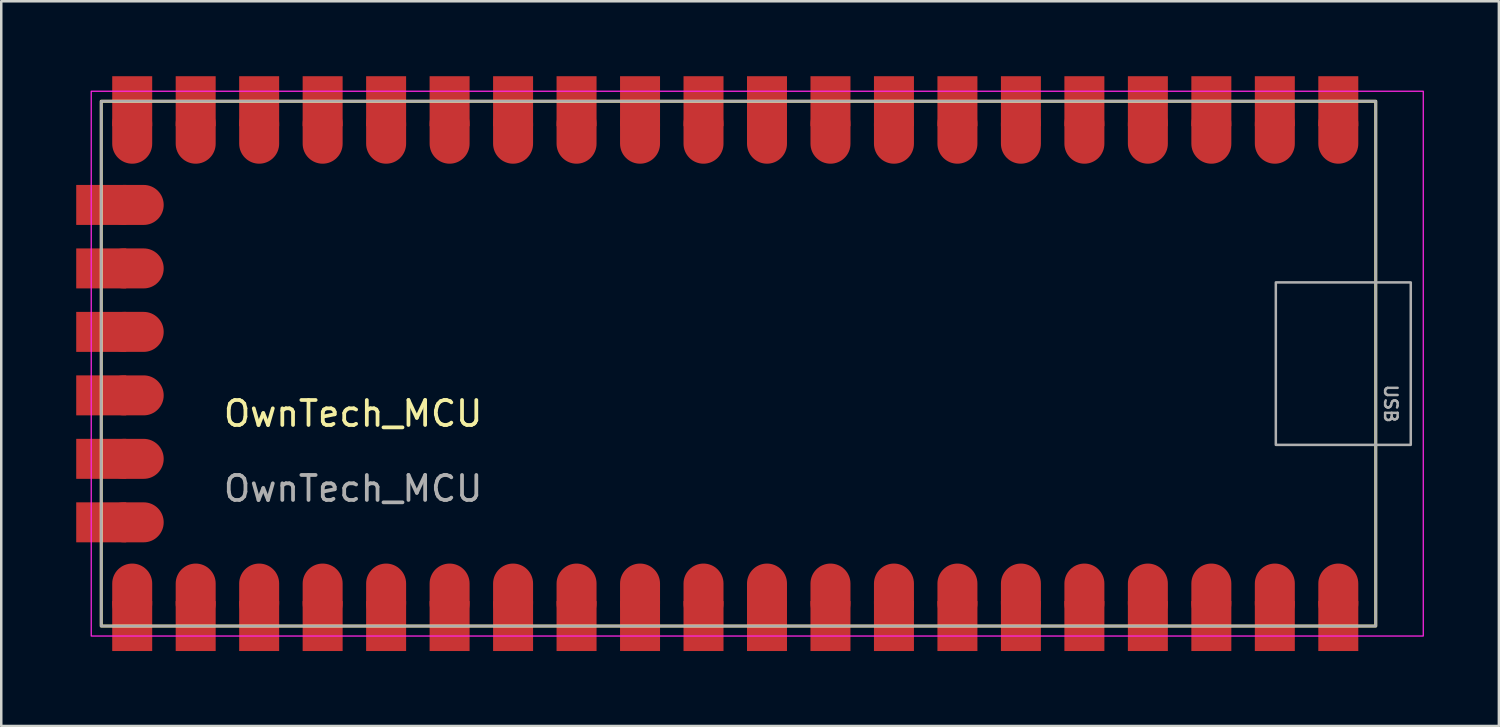
<source format=kicad_pcb>
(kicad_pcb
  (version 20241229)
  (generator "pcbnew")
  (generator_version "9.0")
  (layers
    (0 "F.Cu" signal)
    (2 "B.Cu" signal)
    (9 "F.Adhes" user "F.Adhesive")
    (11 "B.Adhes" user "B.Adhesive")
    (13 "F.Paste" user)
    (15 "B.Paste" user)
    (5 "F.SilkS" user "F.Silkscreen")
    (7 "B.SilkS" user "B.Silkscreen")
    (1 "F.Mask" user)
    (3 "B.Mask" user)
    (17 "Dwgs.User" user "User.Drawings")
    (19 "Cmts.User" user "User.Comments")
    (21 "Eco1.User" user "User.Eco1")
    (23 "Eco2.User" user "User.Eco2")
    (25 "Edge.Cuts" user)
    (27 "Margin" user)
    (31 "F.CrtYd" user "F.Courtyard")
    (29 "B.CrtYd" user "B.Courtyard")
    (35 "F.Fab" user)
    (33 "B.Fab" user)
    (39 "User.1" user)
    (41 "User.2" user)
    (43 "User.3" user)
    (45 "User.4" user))
  (footprint "OwnTech_MCU"
    (layer "F.Cu")
    (at 1 1)
    (property "Reference" "OwnTech_MCU" (at 10.08 12.5 0) (unlocked yes) (layer "F.SilkS") (effects (font (size 1 1) (thickness 0.15))))
    (attr smd)
    (fp_rect (start 0 0) (end 51 21) (stroke (width 0.12) (type solid)) (fill no) (layer "F.SilkS"))
    (fp_rect (start -0.4 -0.4) (end 52.9 21.4) (stroke (width 0.05) (type solid)) (fill no) (layer "F.CrtYd"))
    (fp_rect (start 0 0) (end 51 21) (stroke (width 0.1) (type solid)) (fill no) (layer "F.Fab"))
    (fp_rect (start 47 7.25) (end 52.4 13.75) (stroke (width 0.1) (type solid)) (fill no) (layer "F.Fab"))
    (fp_text user "${REFERENCE}" (at 10.08 15.5 0) (unlocked yes) (layer "F.Fab") (effects (font (size 1 1) (thickness 0.15))))
    (fp_text user "USB" (at 51.6 12.1 270) (unlocked yes) (layer "F.Fab") (effects (font (size 0.5 0.5) (thickness 0.1))))
    (pad "1" smd rect (at 49.5 0) (size 1.6 2) (layers "F.Cu" "F.Mask" "F.Paste"))
    (pad "1" smd oval (at 49.5 1.7) (size 1.6 2.4) (drill (offset 0 -0.4)) (layers "F.Cu" "F.Mask" "F.Paste"))
    (pad "2" smd rect (at 46.96 0) (size 1.6 2) (layers "F.Cu" "F.Mask" "F.Paste"))
    (pad "2" smd oval (at 46.96 1.7) (size 1.6 2.4) (drill (offset 0 -0.4)) (layers "F.Cu" "F.Mask" "F.Paste"))
    (pad "3" smd rect (at 44.42 0) (size 1.6 2) (layers "F.Cu" "F.Mask" "F.Paste"))
    (pad "3" smd oval (at 44.42 1.7) (size 1.6 2.4) (drill (offset 0 -0.4)) (layers "F.Cu" "F.Mask" "F.Paste"))
    (pad "4" smd rect (at 41.88 0) (size 1.6 2) (layers "F.Cu" "F.Mask" "F.Paste"))
    (pad "4" smd oval (at 41.88 1.7) (size 1.6 2.4) (drill (offset 0 -0.4)) (layers "F.Cu" "F.Mask" "F.Paste"))
    (pad "5" smd rect (at 39.34 0) (size 1.6 2) (layers "F.Cu" "F.Mask" "F.Paste"))
    (pad "5" smd oval (at 39.34 1.7) (size 1.6 2.4) (drill (offset 0 -0.4)) (layers "F.Cu" "F.Mask" "F.Paste"))
    (pad "6" smd rect (at 36.8 0) (size 1.6 2) (layers "F.Cu" "F.Mask" "F.Paste"))
    (pad "6" smd oval (at 36.8 1.7) (size 1.6 2.4) (drill (offset 0 -0.4)) (layers "F.Cu" "F.Mask" "F.Paste"))
    (pad "7" smd rect (at 34.26 0) (size 1.6 2) (layers "F.Cu" "F.Mask" "F.Paste"))
    (pad "7" smd oval (at 34.26 1.7) (size 1.6 2.4) (drill (offset 0 -0.4)) (layers "F.Cu" "F.Mask" "F.Paste"))
    (pad "8" smd rect (at 31.72 0) (size 1.6 2) (layers "F.Cu" "F.Mask" "F.Paste"))
    (pad "8" smd oval (at 31.72 1.7) (size 1.6 2.4) (drill (offset 0 -0.4)) (layers "F.Cu" "F.Mask" "F.Paste"))
    (pad "9" smd rect (at 29.18 0) (size 1.6 2) (layers "F.Cu" "F.Mask" "F.Paste"))
    (pad "9" smd oval (at 29.18 1.7) (size 1.6 2.4) (drill (offset 0 -0.4)) (layers "F.Cu" "F.Mask" "F.Paste"))
    (pad "10" smd rect (at 26.64 0) (size 1.6 2) (layers "F.Cu" "F.Mask" "F.Paste"))
    (pad "10" smd oval (at 26.64 1.7) (size 1.6 2.4) (drill (offset 0 -0.4)) (layers "F.Cu" "F.Mask" "F.Paste"))
    (pad "11" smd rect (at 24.1 0) (size 1.6 2) (layers "F.Cu" "F.Mask" "F.Paste"))
    (pad "11" smd oval (at 24.1 1.7) (size 1.6 2.4) (drill (offset 0 -0.4)) (layers "F.Cu" "F.Mask" "F.Paste"))
    (pad "12" smd rect (at 21.56 0) (size 1.6 2) (layers "F.Cu" "F.Mask" "F.Paste"))
    (pad "12" smd oval (at 21.56 1.7) (size 1.6 2.4) (drill (offset 0 -0.4)) (layers "F.Cu" "F.Mask" "F.Paste"))
    (pad "13" smd rect (at 19.02 0) (size 1.6 2) (layers "F.Cu" "F.Mask" "F.Paste"))
    (pad "13" smd oval (at 19.02 1.7) (size 1.6 2.4) (drill (offset 0 -0.4)) (layers "F.Cu" "F.Mask" "F.Paste"))
    (pad "14" smd rect (at 16.48 0) (size 1.6 2) (layers "F.Cu" "F.Mask" "F.Paste"))
    (pad "14" smd oval (at 16.48 1.7) (size 1.6 2.4) (drill (offset 0 -0.4)) (layers "F.Cu" "F.Mask" "F.Paste"))
    (pad "15" smd rect (at 13.94 0) (size 1.6 2) (layers "F.Cu" "F.Mask" "F.Paste"))
    (pad "15" smd oval (at 13.94 1.7) (size 1.6 2.4) (drill (offset 0 -0.4)) (layers "F.Cu" "F.Mask" "F.Paste"))
    (pad "16" smd rect (at 11.4 0) (size 1.6 2) (layers "F.Cu" "F.Mask" "F.Paste"))
    (pad "16" smd oval (at 11.4 1.7) (size 1.6 2.4) (drill (offset 0 -0.4)) (layers "F.Cu" "F.Mask" "F.Paste"))
    (pad "17" smd rect (at 8.86 0) (size 1.6 2) (layers "F.Cu" "F.Mask" "F.Paste"))
    (pad "17" smd oval (at 8.86 1.7) (size 1.6 2.4) (drill (offset 0 -0.4)) (layers "F.Cu" "F.Mask" "F.Paste"))
    (pad "18" smd rect (at 6.32 0) (size 1.6 2) (layers "F.Cu" "F.Mask" "F.Paste"))
    (pad "18" smd oval (at 6.32 1.7) (size 1.6 2.4) (drill (offset 0 -0.4)) (layers "F.Cu" "F.Mask" "F.Paste"))
    (pad "19" smd rect (at 3.78 0) (size 1.6 2) (layers "F.Cu" "F.Mask" "F.Paste"))
    (pad "19" smd oval (at 3.78 1.7) (size 1.6 2.4) (drill (offset 0 -0.4)) (layers "F.Cu" "F.Mask" "F.Paste"))
    (pad "20" smd rect (at 1.24 0) (size 1.6 2) (layers "F.Cu" "F.Mask" "F.Paste"))
    (pad "20" smd oval (at 1.24 1.7) (size 1.6 2.4) (drill (offset 0 -0.4)) (layers "F.Cu" "F.Mask" "F.Paste"))
    (pad "21" smd rect (at 0 4.15 90) (size 1.6 2) (layers "F.Cu" "F.Mask" "F.Paste"))
    (pad "21" smd oval (at 1.7 4.15 90) (size 1.6 2.4) (drill (offset 0 -0.4)) (layers "F.Cu" "F.Mask" "F.Paste"))
    (pad "22" smd rect (at 0 6.69 90) (size 1.6 2) (layers "F.Cu" "F.Mask" "F.Paste"))
    (pad "22" smd oval (at 1.7 6.69 90) (size 1.6 2.4) (drill (offset 0 -0.4)) (layers "F.Cu" "F.Mask" "F.Paste"))
    (pad "23" smd rect (at 0 9.23 90) (size 1.6 2) (layers "F.Cu" "F.Mask" "F.Paste"))
    (pad "23" smd oval (at 1.7 9.23 90) (size 1.6 2.4) (drill (offset 0 -0.4)) (layers "F.Cu" "F.Mask" "F.Paste"))
    (pad "24" smd rect (at 0 11.77 90) (size 1.6 2) (layers "F.Cu" "F.Mask" "F.Paste"))
    (pad "24" smd oval (at 1.7 11.77 90) (size 1.6 2.4) (drill (offset 0 -0.4)) (layers "F.Cu" "F.Mask" "F.Paste"))
    (pad "25" smd rect (at 0 14.31 90) (size 1.6 2) (layers "F.Cu" "F.Mask" "F.Paste"))
    (pad "25" smd oval (at 1.7 14.31 90) (size 1.6 2.4) (drill (offset 0 -0.4)) (layers "F.Cu" "F.Mask" "F.Paste"))
    (pad "26" smd rect (at 0 16.85 90) (size 1.6 2) (layers "F.Cu" "F.Mask" "F.Paste"))
    (pad "26" smd oval (at 1.7 16.85 90) (size 1.6 2.4) (drill (offset 0 -0.4)) (layers "F.Cu" "F.Mask" "F.Paste"))
    (pad "27" smd oval (at 1.24 19.3 180) (size 1.6 2.4) (drill (offset 0 -0.4)) (layers "F.Cu" "F.Mask" "F.Paste"))
    (pad "27" smd rect (at 1.24 21 180) (size 1.6 2) (layers "F.Cu" "F.Mask" "F.Paste"))
    (pad "28" smd oval (at 3.78 19.3 180) (size 1.6 2.4) (drill (offset 0 -0.4)) (layers "F.Cu" "F.Mask" "F.Paste"))
    (pad "28" smd rect (at 3.78 21 180) (size 1.6 2) (layers "F.Cu" "F.Mask" "F.Paste"))
    (pad "29" smd oval (at 6.32 19.3 180) (size 1.6 2.4) (drill (offset 0 -0.4)) (layers "F.Cu" "F.Mask" "F.Paste"))
    (pad "29" smd rect (at 6.32 21 180) (size 1.6 2) (layers "F.Cu" "F.Mask" "F.Paste"))
    (pad "30" smd oval (at 8.86 19.3 180) (size 1.6 2.4) (drill (offset 0 -0.4)) (layers "F.Cu" "F.Mask" "F.Paste"))
    (pad "30" smd rect (at 8.86 21 180) (size 1.6 2) (layers "F.Cu" "F.Mask" "F.Paste"))
    (pad "31" smd oval (at 11.4 19.3 180) (size 1.6 2.4) (drill (offset 0 -0.4)) (layers "F.Cu" "F.Mask" "F.Paste"))
    (pad "31" smd rect (at 11.4 21 180) (size 1.6 2) (layers "F.Cu" "F.Mask" "F.Paste"))
    (pad "32" smd oval (at 13.94 19.3 180) (size 1.6 2.4) (drill (offset 0 -0.4)) (layers "F.Cu" "F.Mask" "F.Paste"))
    (pad "32" smd rect (at 13.94 21 180) (size 1.6 2) (layers "F.Cu" "F.Mask" "F.Paste"))
    (pad "33" smd oval (at 16.48 19.3 180) (size 1.6 2.4) (drill (offset 0 -0.4)) (layers "F.Cu" "F.Mask" "F.Paste"))
    (pad "33" smd rect (at 16.48 21 180) (size 1.6 2) (layers "F.Cu" "F.Mask" "F.Paste"))
    (pad "34" smd oval (at 19.02 19.3 180) (size 1.6 2.4) (drill (offset 0 -0.4)) (layers "F.Cu" "F.Mask" "F.Paste"))
    (pad "34" smd rect (at 19.02 21 180) (size 1.6 2) (layers "F.Cu" "F.Mask" "F.Paste"))
    (pad "35" smd oval (at 21.56 19.3 180) (size 1.6 2.4) (drill (offset 0 -0.4)) (layers "F.Cu" "F.Mask" "F.Paste"))
    (pad "35" smd rect (at 21.56 21 180) (size 1.6 2) (layers "F.Cu" "F.Mask" "F.Paste"))
    (pad "36" smd oval (at 24.1 19.3 180) (size 1.6 2.4) (drill (offset 0 -0.4)) (layers "F.Cu" "F.Mask" "F.Paste"))
    (pad "36" smd rect (at 24.1 21 180) (size 1.6 2) (layers "F.Cu" "F.Mask" "F.Paste"))
    (pad "37" smd oval (at 26.64 19.3 180) (size 1.6 2.4) (drill (offset 0 -0.4)) (layers "F.Cu" "F.Mask" "F.Paste"))
    (pad "37" smd rect (at 26.64 21 180) (size 1.6 2) (layers "F.Cu" "F.Mask" "F.Paste"))
    (pad "38" smd oval (at 29.18 19.3 180) (size 1.6 2.4) (drill (offset 0 -0.4)) (layers "F.Cu" "F.Mask" "F.Paste"))
    (pad "38" smd rect (at 29.18 21 180) (size 1.6 2) (layers "F.Cu" "F.Mask" "F.Paste"))
    (pad "39" smd oval (at 31.72 19.3 180) (size 1.6 2.4) (drill (offset 0 -0.4)) (layers "F.Cu" "F.Mask" "F.Paste"))
    (pad "39" smd rect (at 31.72 21 180) (size 1.6 2) (layers "F.Cu" "F.Mask" "F.Paste"))
    (pad "40" smd oval (at 34.26 19.3 180) (size 1.6 2.4) (drill (offset 0 -0.4)) (layers "F.Cu" "F.Mask" "F.Paste"))
    (pad "40" smd rect (at 34.26 21 180) (size 1.6 2) (layers "F.Cu" "F.Mask" "F.Paste"))
    (pad "41" smd oval (at 36.8 19.3 180) (size 1.6 2.4) (drill (offset 0 -0.4)) (layers "F.Cu" "F.Mask" "F.Paste"))
    (pad "41" smd rect (at 36.8 21 180) (size 1.6 2) (layers "F.Cu" "F.Mask" "F.Paste"))
    (pad "42" smd oval (at 39.34 19.3 180) (size 1.6 2.4) (drill (offset 0 -0.4)) (layers "F.Cu" "F.Mask" "F.Paste"))
    (pad "42" smd rect (at 39.34 21 180) (size 1.6 2) (layers "F.Cu" "F.Mask" "F.Paste"))
    (pad "43" smd oval (at 41.88 19.3 180) (size 1.6 2.4) (drill (offset 0 -0.4)) (layers "F.Cu" "F.Mask" "F.Paste"))
    (pad "43" smd rect (at 41.88 21 180) (size 1.6 2) (layers "F.Cu" "F.Mask" "F.Paste"))
    (pad "44" smd oval (at 44.42 19.3 180) (size 1.6 2.4) (drill (offset 0 -0.4)) (layers "F.Cu" "F.Mask" "F.Paste"))
    (pad "44" smd rect (at 44.42 21 180) (size 1.6 2) (layers "F.Cu" "F.Mask" "F.Paste"))
    (pad "45" smd oval (at 46.96 19.3 180) (size 1.6 2.4) (drill (offset 0 -0.4)) (layers "F.Cu" "F.Mask" "F.Paste"))
    (pad "45" smd rect (at 46.96 21 180) (size 1.6 2) (layers "F.Cu" "F.Mask" "F.Paste"))
    (pad "46" smd oval (at 49.5 19.3 180) (size 1.6 2.4) (drill (offset 0 -0.4)) (layers "F.Cu" "F.Mask" "F.Paste"))
    (pad "46" smd rect (at 49.5 21 180) (size 1.6 2) (layers "F.Cu" "F.Mask" "F.Paste")))
  (gr_rect
    (start -3 -3)
    (end 56.925 26)
    (stroke (width 0.1) (type default))
    (fill no)
    (layer "Edge.Cuts")))
</source>
